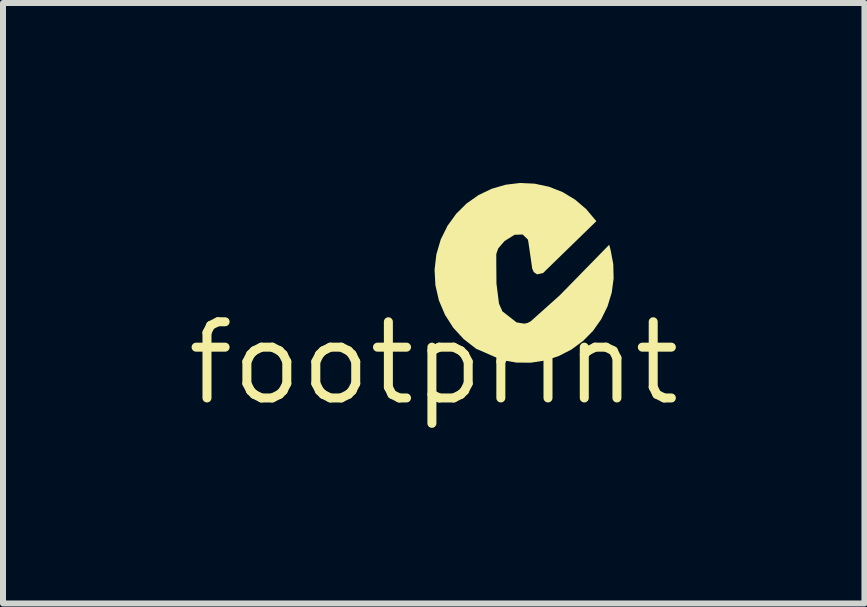
<source format=kicad_pcb>
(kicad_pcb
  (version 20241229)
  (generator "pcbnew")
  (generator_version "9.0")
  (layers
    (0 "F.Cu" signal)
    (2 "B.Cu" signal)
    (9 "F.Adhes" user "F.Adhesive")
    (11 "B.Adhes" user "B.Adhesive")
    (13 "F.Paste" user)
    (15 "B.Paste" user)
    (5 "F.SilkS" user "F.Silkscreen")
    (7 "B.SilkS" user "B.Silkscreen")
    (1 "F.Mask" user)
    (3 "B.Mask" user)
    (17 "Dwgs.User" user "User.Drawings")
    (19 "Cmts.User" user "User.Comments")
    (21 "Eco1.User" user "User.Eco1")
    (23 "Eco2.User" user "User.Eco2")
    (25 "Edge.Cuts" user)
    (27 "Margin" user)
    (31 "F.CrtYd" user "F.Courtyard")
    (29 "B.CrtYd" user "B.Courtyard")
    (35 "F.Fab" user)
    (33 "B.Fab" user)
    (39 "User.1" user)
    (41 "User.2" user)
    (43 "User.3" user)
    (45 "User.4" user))
  (footprint "footprint"
    (layer "F.Cu")
    (at 4.18 3.004)
    (property "Reference" "footprint" (at 0 0 0) (layer "F.SilkS") (effects (font (size 1.27 1.27) (thickness 0.15))))
    (fp_poly (pts (xy 1.684 -2.992) (xy 1.922 -2.941) (xy 2.149 -2.852) (xy 2.357 -2.726) (xy 2.542 -2.568) (xy 2.711 -2.367) (xy 1.822 -1.502) (xy 1.731 -1.482) (xy 1.721 -1.482) (xy 1.667 -1.519) (xy 1.642 -1.576) (xy 1.61 -1.799) (xy 1.578 -2.018) (xy 1.57 -2.06) (xy 1.482 -2.145) (xy 1.347 -2.14) (xy 1.181 -2.036) (xy 1.076 -1.914) (xy 1.043 -1.821) (xy 1.043 -1.665) (xy 1.046 -1.326) (xy 1.088 -0.994) (xy 1.144 -0.865) (xy 1.381 -0.68) (xy 1.509 -0.659) (xy 1.566 -0.671) (xy 1.619 -0.7) (xy 2.102 -1.132) (xy 2.925 -1.974) (xy 2.949 -1.885) (xy 2.993 -1.651) (xy 2.999 -1.412) (xy 2.967 -1.175) (xy 2.897 -0.946) (xy 2.792 -0.732) (xy 2.654 -0.537) (xy 2.486 -0.367) (xy 2.293 -0.226) (xy 2.08 -0.117) (xy 1.853 -0.044) (xy 1.617 -0.008) (xy 1.378 -0.01) (xy 1.141 -0.051) (xy 0.705 -0.241) (xy 0.703 -0.243) (xy 0.501 -0.4) (xy 0.326 -0.59) (xy 0.187 -0.808) (xy 0.086 -1.047) (xy 0.028 -1.299) (xy 0.014 -1.557) (xy 0.044 -1.814) (xy 0.117 -2.062) (xy 0.223 -2.276) (xy 0.221 -2.278) (xy 0.375 -2.491) (xy 0.548 -2.662) (xy 0.747 -2.802) (xy 0.966 -2.907) (xy 1.2 -2.975) (xy 1.441 -3.004)) (stroke (width 0) (type solid)) (fill yes) (layer "F.SilkS")))
  (gr_rect
    (start -3 -3)
    (end 11.36 7.01)
    (stroke (width 0.1) (type default))
    (fill no)
    (layer "Edge.Cuts")))
</source>
